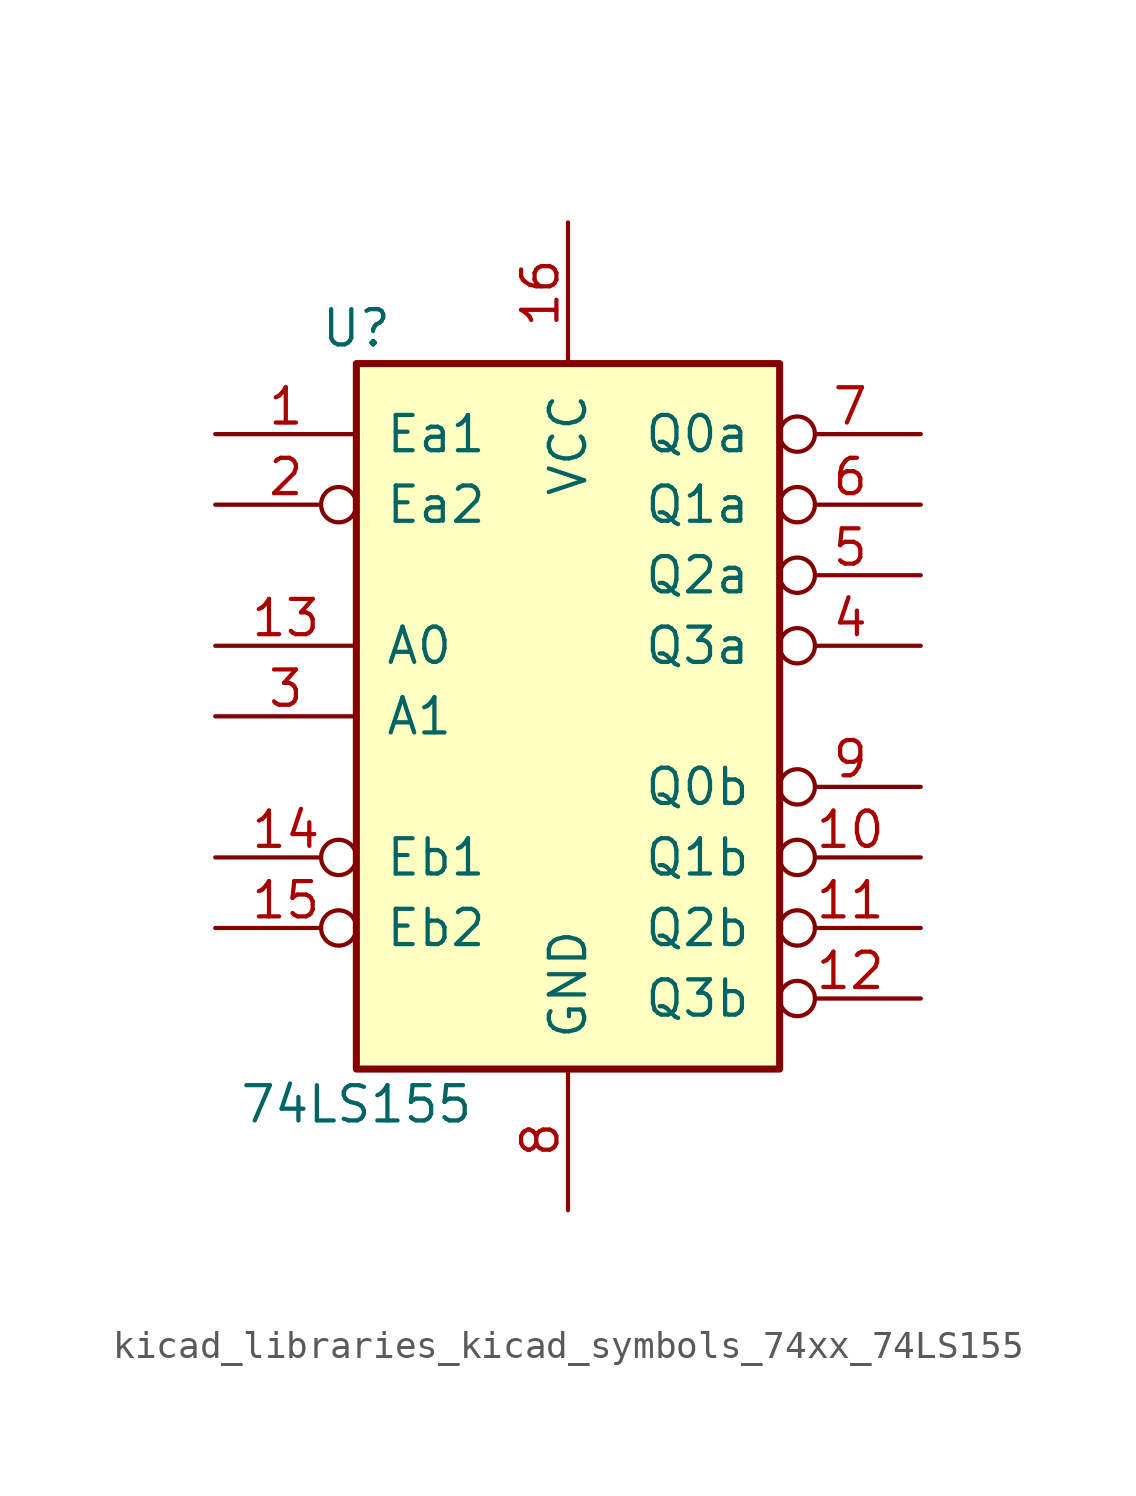
<source format=kicad_sym>
(kicad_symbol_lib
  (version 20220914)
  (generator kicad_symbol_editor)
  (symbol "kicad_libraries_kicad_symbols_74xx_74LS155"
    (pin_names
      (offset 1.016))
    (property "Reference" "U"
      (at -7.62 13.97 0)
      (effects (font (size 1.27 1.27))))
    (property "Value" "74LS155"
      (at -7.62 -13.97 0)
      (effects (font (size 1.27 1.27))))
    (property "ki_locked" ""
      (at 0 0 0)
      (effects (font (size 1.27 1.27))))
    (symbol "kicad_libraries_kicad_symbols_74xx_74LS155_1_0"
      (pin input line (at -12.7 10.16 0) (length 5.08) (name "Ea1" (effects (font (size 1.27 1.27)))) (number "1" (effects (font (size 1.27 1.27)))))
      (pin output inverted (at 12.7 -5.08 180) (length 5.08) (name "Q1b" (effects (font (size 1.27 1.27)))) (number "10" (effects (font (size 1.27 1.27)))))
      (pin output inverted (at 12.7 -7.62 180) (length 5.08) (name "Q2b" (effects (font (size 1.27 1.27)))) (number "11" (effects (font (size 1.27 1.27)))))
      (pin output inverted (at 12.7 -10.16 180) (length 5.08) (name "Q3b" (effects (font (size 1.27 1.27)))) (number "12" (effects (font (size 1.27 1.27)))))
      (pin input line (at -12.7 2.54 0) (length 5.08) (name "A0" (effects (font (size 1.27 1.27)))) (number "13" (effects (font (size 1.27 1.27)))))
      (pin input inverted (at -12.7 -5.08 0) (length 5.08) (name "Eb1" (effects (font (size 1.27 1.27)))) (number "14" (effects (font (size 1.27 1.27)))))
      (pin input inverted (at -12.7 -7.62 0) (length 5.08) (name "Eb2" (effects (font (size 1.27 1.27)))) (number "15" (effects (font (size 1.27 1.27)))))
      (pin power_in line (at 0 17.78 270) (length 5.08) (name "VCC" (effects (font (size 1.27 1.27)))) (number "16" (effects (font (size 1.27 1.27)))))
      (pin input inverted (at -12.7 7.62 0) (length 5.08) (name "Ea2" (effects (font (size 1.27 1.27)))) (number "2" (effects (font (size 1.27 1.27)))))
      (pin input line (at -12.7 0 0) (length 5.08) (name "A1" (effects (font (size 1.27 1.27)))) (number "3" (effects (font (size 1.27 1.27)))))
      (pin output inverted (at 12.7 2.54 180) (length 5.08) (name "Q3a" (effects (font (size 1.27 1.27)))) (number "4" (effects (font (size 1.27 1.27)))))
      (pin output inverted (at 12.7 5.08 180) (length 5.08) (name "Q2a" (effects (font (size 1.27 1.27)))) (number "5" (effects (font (size 1.27 1.27)))))
      (pin output inverted (at 12.7 7.62 180) (length 5.08) (name "Q1a" (effects (font (size 1.27 1.27)))) (number "6" (effects (font (size 1.27 1.27)))))
      (pin output inverted (at 12.7 10.16 180) (length 5.08) (name "Q0a" (effects (font (size 1.27 1.27)))) (number "7" (effects (font (size 1.27 1.27)))))
      (pin power_in line (at 0 -17.78 90) (length 5.08) (name "GND" (effects (font (size 1.27 1.27)))) (number "8" (effects (font (size 1.27 1.27)))))
      (pin output inverted (at 12.7 -2.54 180) (length 5.08) (name "Q0b" (effects (font (size 1.27 1.27)))) (number "9" (effects (font (size 1.27 1.27))))))
    (symbol "kicad_libraries_kicad_symbols_74xx_74LS155_1_1"
      (rectangle (start -7.62 12.7) (end 7.62 -12.7) (stroke (width 0.254) (type default)) (fill (type background))))))
</source>
